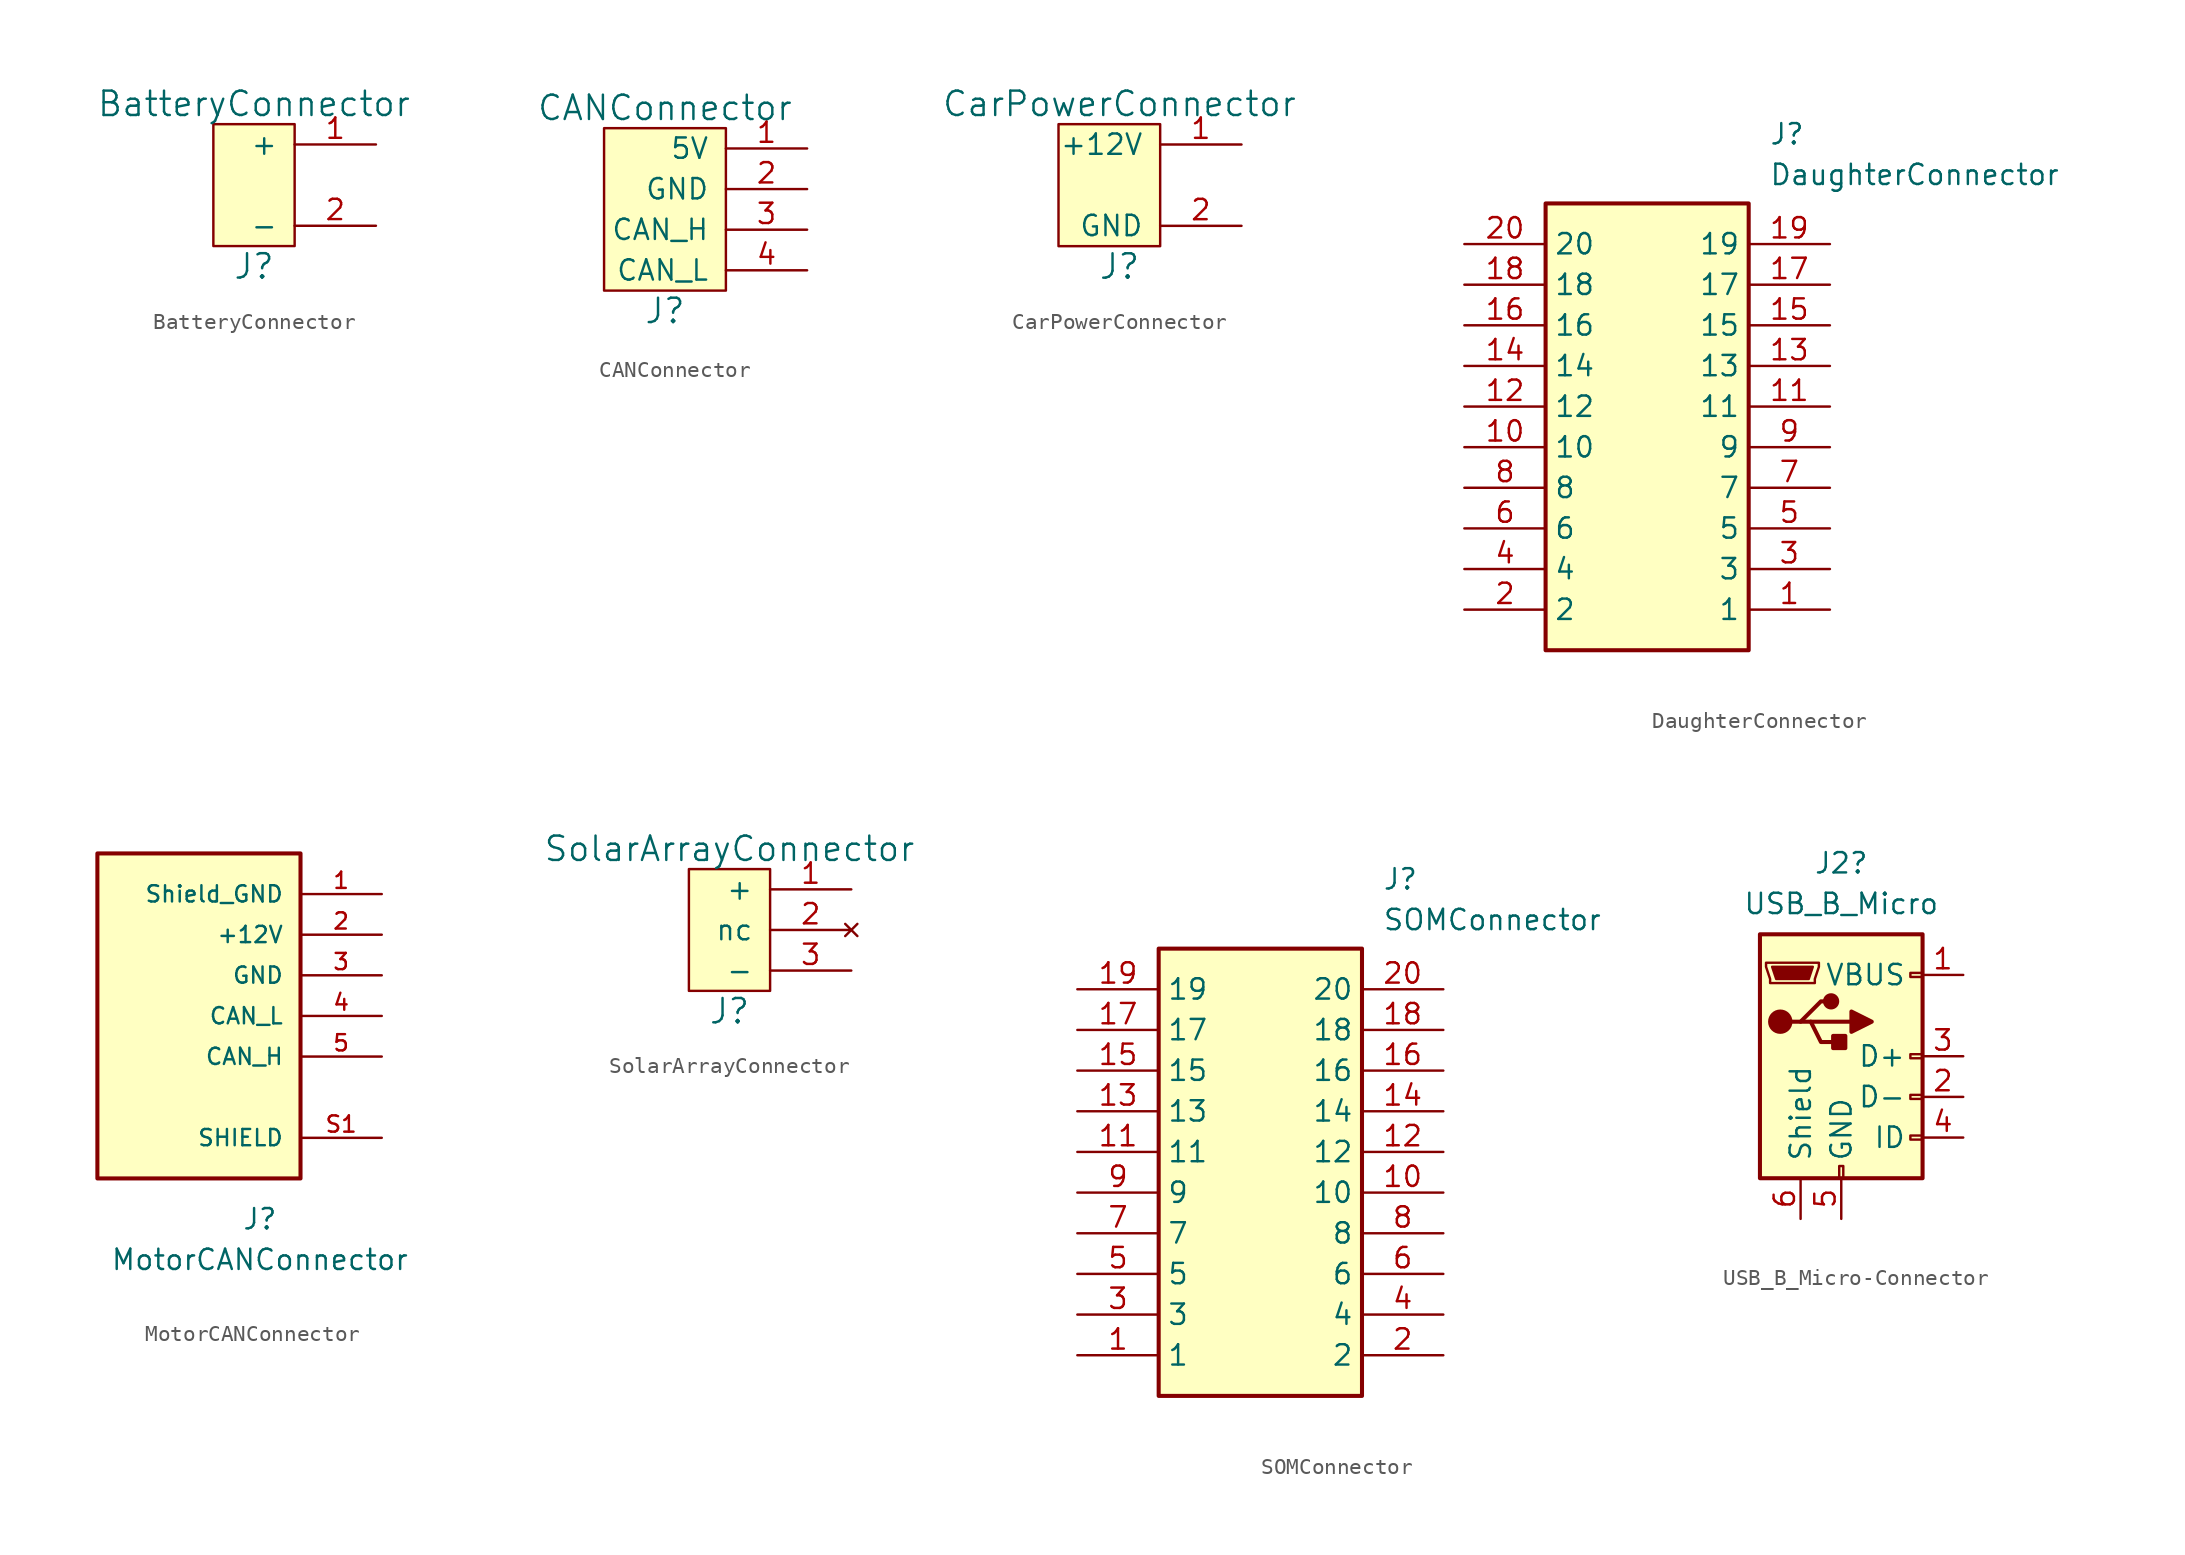
<source format=kicad_sym>
(kicad_symbol_lib
  (version 20220914)
  (generator kicad_symbol_editor)
  (symbol "BatteryConnector"
    (pin_names
      (offset 1.016))
    (property "Reference" "J"
      (at 0 -5.08 0)
      (effects (font (size 1.524 1.524))))
    (property "Value" "BatteryConnector"
      (at 0 5.08 0)
      (effects (font (size 1.524 1.524))))
    (symbol "BatteryConnector_0_1"
      (rectangle (start 2.54 3.81) (end -2.54 -3.81) (stroke (width 0) (type solid)) (fill (type background))))
    (symbol "BatteryConnector_1_1"
      (pin passive line (at 7.62 2.54 180) (length 5.08) (name "+" (effects (font (size 1.27 1.27)))) (number "1" (effects (font (size 1.27 1.27)))))
      (pin passive line (at 7.62 -2.54 180) (length 5.08) (name "-" (effects (font (size 1.27 1.27)))) (number "2" (effects (font (size 1.27 1.27)))))))
  (symbol "CANConnector"
    (pin_names
      (offset 1.016))
    (property "Reference" "J"
      (at 0 -6.35 0)
      (effects (font (size 1.524 1.524))))
    (property "Value" "CANConnector"
      (at 0 6.35 0)
      (effects (font (size 1.524 1.524))))
    (symbol "CANConnector_0_1"
      (rectangle (start 3.81 5.08) (end -3.81 -5.08) (stroke (width 0) (type solid)) (fill (type background))))
    (symbol "CANConnector_1_1"
      (pin power_in line (at 8.89 3.81 180) (length 5.08) (name "5V" (effects (font (size 1.27 1.27)))) (number "1" (effects (font (size 1.27 1.27)))))
      (pin power_in line (at 8.89 1.27 180) (length 5.08) (name "GND" (effects (font (size 1.27 1.27)))) (number "2" (effects (font (size 1.27 1.27)))))
      (pin bidirectional line (at 8.89 -1.27 180) (length 5.08) (name "CAN_H" (effects (font (size 1.27 1.27)))) (number "3" (effects (font (size 1.27 1.27)))))
      (pin bidirectional line (at 8.89 -3.81 180) (length 5.08) (name "CAN_L" (effects (font (size 1.27 1.27)))) (number "4" (effects (font (size 1.27 1.27)))))))
  (symbol "CarPowerConnector"
    (pin_names
      (offset 1.016))
    (property "Reference" "J"
      (at 0 -5.08 0)
      (effects (font (size 1.524 1.524))))
    (property "Value" "CarPowerConnector"
      (at 0 5.08 0)
      (effects (font (size 1.524 1.524))))
    (symbol "CarPowerConnector_0_1"
      (rectangle (start 2.54 3.81) (end -3.81 -3.81) (stroke (width 0) (type solid)) (fill (type background))))
    (symbol "CarPowerConnector_1_1"
      (pin power_out line (at 7.62 2.54 180) (length 5.08) (name "+12V" (effects (font (size 1.27 1.27)))) (number "1" (effects (font (size 1.27 1.27)))))
      (pin power_out line (at 7.62 -2.54 180) (length 5.08) (name "GND" (effects (font (size 1.27 1.27)))) (number "2" (effects (font (size 1.27 1.27)))))))
  (symbol "DaughterConnector"
    (property "Reference" "J"
      (at 19.05 7.62 0)
      (effects (font (size 1.27 1.27)) (justify left top)))
    (property "Value" "DaughterConnector"
      (at 19.05 5.08 0)
      (effects (font (size 1.27 1.27)) (justify left top)))
    (symbol "DaughterConnector_1_1"
      (rectangle (start 5.08 2.54) (end 17.78 -25.4) (stroke (width 0.254) (type default)) (fill (type background)))
      (pin passive line (at 22.86 -22.86 180) (length 5.08) (name "1" (effects (font (size 1.27 1.27)))) (number "1" (effects (font (size 1.27 1.27)))))
      (pin passive line (at 0 -12.7 0) (length 5.08) (name "10" (effects (font (size 1.27 1.27)))) (number "10" (effects (font (size 1.27 1.27)))))
      (pin passive line (at 22.86 -10.16 180) (length 5.08) (name "11" (effects (font (size 1.27 1.27)))) (number "11" (effects (font (size 1.27 1.27)))))
      (pin passive line (at 0 -10.16 0) (length 5.08) (name "12" (effects (font (size 1.27 1.27)))) (number "12" (effects (font (size 1.27 1.27)))))
      (pin passive line (at 22.86 -7.62 180) (length 5.08) (name "13" (effects (font (size 1.27 1.27)))) (number "13" (effects (font (size 1.27 1.27)))))
      (pin passive line (at 0 -7.62 0) (length 5.08) (name "14" (effects (font (size 1.27 1.27)))) (number "14" (effects (font (size 1.27 1.27)))))
      (pin passive line (at 22.86 -5.08 180) (length 5.08) (name "15" (effects (font (size 1.27 1.27)))) (number "15" (effects (font (size 1.27 1.27)))))
      (pin passive line (at 0 -5.08 0) (length 5.08) (name "16" (effects (font (size 1.27 1.27)))) (number "16" (effects (font (size 1.27 1.27)))))
      (pin passive line (at 22.86 -2.54 180) (length 5.08) (name "17" (effects (font (size 1.27 1.27)))) (number "17" (effects (font (size 1.27 1.27)))))
      (pin passive line (at 0 -2.54 0) (length 5.08) (name "18" (effects (font (size 1.27 1.27)))) (number "18" (effects (font (size 1.27 1.27)))))
      (pin passive line (at 22.86 0 180) (length 5.08) (name "19" (effects (font (size 1.27 1.27)))) (number "19" (effects (font (size 1.27 1.27)))))
      (pin passive line (at 0 -22.86 0) (length 5.08) (name "2" (effects (font (size 1.27 1.27)))) (number "2" (effects (font (size 1.27 1.27)))))
      (pin passive line (at 0 0 0) (length 5.08) (name "20" (effects (font (size 1.27 1.27)))) (number "20" (effects (font (size 1.27 1.27)))))
      (pin passive line (at 22.86 -20.32 180) (length 5.08) (name "3" (effects (font (size 1.27 1.27)))) (number "3" (effects (font (size 1.27 1.27)))))
      (pin passive line (at 0 -20.32 0) (length 5.08) (name "4" (effects (font (size 1.27 1.27)))) (number "4" (effects (font (size 1.27 1.27)))))
      (pin passive line (at 22.86 -17.78 180) (length 5.08) (name "5" (effects (font (size 1.27 1.27)))) (number "5" (effects (font (size 1.27 1.27)))))
      (pin passive line (at 0 -17.78 0) (length 5.08) (name "6" (effects (font (size 1.27 1.27)))) (number "6" (effects (font (size 1.27 1.27)))))
      (pin passive line (at 22.86 -15.24 180) (length 5.08) (name "7" (effects (font (size 1.27 1.27)))) (number "7" (effects (font (size 1.27 1.27)))))
      (pin passive line (at 0 -15.24 0) (length 5.08) (name "8" (effects (font (size 1.27 1.27)))) (number "8" (effects (font (size 1.27 1.27)))))
      (pin passive line (at 22.86 -12.7 180) (length 5.08) (name "9" (effects (font (size 1.27 1.27)))) (number "9" (effects (font (size 1.27 1.27)))))))
  (symbol "MotorCANConnector"
    (pin_names
      (offset 1.016))
    (property "Reference" "J"
      (at 0 0 0)
      (effects (font (size 1.27 1.27))))
    (property "Value" "MotorCANConnector"
      (at 0 -2.54 0)
      (effects (font (size 1.27 1.27))))
    (symbol "MotorCANConnector_1_1"
      (rectangle (start -10.16 22.86) (end 2.54 2.54) (stroke (width 0.254) (type solid)) (fill (type background)))
      (pin power_in line (at 7.62 20.32 180) (length 5.08) (name "Shield_GND" (effects (font (size 1.016 1.016)))) (number "1" (effects (font (size 1.016 1.016)))))
      (pin power_in line (at 7.62 17.78 180) (length 5.08) (name "+12V" (effects (font (size 1.016 1.016)))) (number "2" (effects (font (size 1.016 1.016)))))
      (pin power_in line (at 7.62 15.24 180) (length 5.08) (name "GND" (effects (font (size 1.016 1.016)))) (number "3" (effects (font (size 1.016 1.016)))))
      (pin bidirectional line (at 7.62 12.7 180) (length 5.08) (name "CAN_L" (effects (font (size 1.016 1.016)))) (number "4" (effects (font (size 1.016 1.016)))))
      (pin bidirectional line (at 7.62 10.16 180) (length 5.08) (name "CAN_H" (effects (font (size 1.016 1.016)))) (number "5" (effects (font (size 1.016 1.016)))))
      (pin passive line (at 7.62 5.08 180) (length 5.08) (name "SHIELD" (effects (font (size 1.016 1.016)))) (number "S1" (effects (font (size 1.016 1.016)))))))
  (symbol "SolarArrayConnector"
    (pin_names
      (offset 1.016))
    (property "Reference" "J"
      (at 0 -5.08 0)
      (effects (font (size 1.524 1.524))))
    (property "Value" "SolarArrayConnector"
      (at 0 5.08 0)
      (effects (font (size 1.524 1.524))))
    (symbol "SolarArrayConnector_0_1"
      (rectangle (start 2.54 3.81) (end -2.54 -3.81) (stroke (width 0) (type solid)) (fill (type background))))
    (symbol "SolarArrayConnector_1_1"
      (pin passive line (at 7.62 2.54 180) (length 5.08) (name "+" (effects (font (size 1.27 1.27)))) (number "1" (effects (font (size 1.27 1.27)))))
      (pin no_connect line (at 7.62 0 180) (length 5.08) (name "nc" (effects (font (size 1.27 1.27)))) (number "2" (effects (font (size 1.27 1.27)))))
      (pin passive line (at 7.62 -2.54 180) (length 5.08) (name "-" (effects (font (size 1.27 1.27)))) (number "3" (effects (font (size 1.27 1.27)))))))
  (symbol "SOMConnector"
    (property "Reference" "J"
      (at 19.05 7.62 0)
      (effects (font (size 1.27 1.27)) (justify left top)))
    (property "Value" "SOMConnector"
      (at 19.05 5.08 0)
      (effects (font (size 1.27 1.27)) (justify left top)))
    (symbol "SOMConnector_1_1"
      (rectangle (start 5.08 2.54) (end 17.78 -25.4) (stroke (width 0.254) (type default)) (fill (type background)))
      (pin passive line (at 0 -22.86 0) (length 5.08) (name "1" (effects (font (size 1.27 1.27)))) (number "1" (effects (font (size 1.27 1.27)))))
      (pin passive line (at 22.86 -12.7 180) (length 5.08) (name "10" (effects (font (size 1.27 1.27)))) (number "10" (effects (font (size 1.27 1.27)))))
      (pin passive line (at 0 -10.16 0) (length 5.08) (name "11" (effects (font (size 1.27 1.27)))) (number "11" (effects (font (size 1.27 1.27)))))
      (pin passive line (at 22.86 -10.16 180) (length 5.08) (name "12" (effects (font (size 1.27 1.27)))) (number "12" (effects (font (size 1.27 1.27)))))
      (pin passive line (at 0 -7.62 0) (length 5.08) (name "13" (effects (font (size 1.27 1.27)))) (number "13" (effects (font (size 1.27 1.27)))))
      (pin passive line (at 22.86 -7.62 180) (length 5.08) (name "14" (effects (font (size 1.27 1.27)))) (number "14" (effects (font (size 1.27 1.27)))))
      (pin passive line (at 0 -5.08 0) (length 5.08) (name "15" (effects (font (size 1.27 1.27)))) (number "15" (effects (font (size 1.27 1.27)))))
      (pin passive line (at 22.86 -5.08 180) (length 5.08) (name "16" (effects (font (size 1.27 1.27)))) (number "16" (effects (font (size 1.27 1.27)))))
      (pin passive line (at 0 -2.54 0) (length 5.08) (name "17" (effects (font (size 1.27 1.27)))) (number "17" (effects (font (size 1.27 1.27)))))
      (pin passive line (at 22.86 -2.54 180) (length 5.08) (name "18" (effects (font (size 1.27 1.27)))) (number "18" (effects (font (size 1.27 1.27)))))
      (pin passive line (at 0 0 0) (length 5.08) (name "19" (effects (font (size 1.27 1.27)))) (number "19" (effects (font (size 1.27 1.27)))))
      (pin passive line (at 22.86 -22.86 180) (length 5.08) (name "2" (effects (font (size 1.27 1.27)))) (number "2" (effects (font (size 1.27 1.27)))))
      (pin passive line (at 22.86 0 180) (length 5.08) (name "20" (effects (font (size 1.27 1.27)))) (number "20" (effects (font (size 1.27 1.27)))))
      (pin passive line (at 0 -20.32 0) (length 5.08) (name "3" (effects (font (size 1.27 1.27)))) (number "3" (effects (font (size 1.27 1.27)))))
      (pin passive line (at 22.86 -20.32 180) (length 5.08) (name "4" (effects (font (size 1.27 1.27)))) (number "4" (effects (font (size 1.27 1.27)))))
      (pin passive line (at 0 -17.78 0) (length 5.08) (name "5" (effects (font (size 1.27 1.27)))) (number "5" (effects (font (size 1.27 1.27)))))
      (pin passive line (at 22.86 -17.78 180) (length 5.08) (name "6" (effects (font (size 1.27 1.27)))) (number "6" (effects (font (size 1.27 1.27)))))
      (pin passive line (at 0 -15.24 0) (length 5.08) (name "7" (effects (font (size 1.27 1.27)))) (number "7" (effects (font (size 1.27 1.27)))))
      (pin passive line (at 22.86 -15.24 180) (length 5.08) (name "8" (effects (font (size 1.27 1.27)))) (number "8" (effects (font (size 1.27 1.27)))))
      (pin passive line (at 0 -12.7 0) (length 5.08) (name "9" (effects (font (size 1.27 1.27)))) (number "9" (effects (font (size 1.27 1.27)))))))
  (symbol "USB_B_Micro-Connector"
    (pin_names
      (offset 1.016))
    (property "Reference" "J2"
      (at 0 12.065 0)
      (effects (font (size 1.27 1.27))))
    (property "Value" "USB_B_Micro"
      (at 0 9.525 0)
      (effects (font (size 1.27 1.27))))
    (symbol "USB_B_Micro-Connector_0_1"
      (rectangle (start -5.08 -7.62) (end 5.08 7.62) (stroke (width 0.254) (type default)) (fill (type background)))
      (circle (center -3.81 2.159) (radius 0.635) (stroke (width 0.254) (type default)) (fill (type outline)))
      (circle (center -0.635 3.429) (radius 0.381) (stroke (width 0.254) (type default)) (fill (type outline)))
      (rectangle (start -0.127 -7.62) (end 0.127 -6.858) (stroke (width 0) (type default)) (fill (type none)))
      (polyline (pts (xy -1.905 2.159) (xy 0.635 2.159)) (stroke (width 0.254) (type default)) (fill (type none)))
      (polyline (pts (xy -3.175 2.159) (xy -2.54 2.159) (xy -1.27 3.429) (xy -0.635 3.429)) (stroke (width 0.254) (type default)) (fill (type none)))
      (polyline (pts (xy -2.54 2.159) (xy -1.905 2.159) (xy -1.27 0.889) (xy 0 0.889)) (stroke (width 0.254) (type default)) (fill (type none)))
      (polyline (pts (xy 0.635 2.794) (xy 0.635 1.524) (xy 1.905 2.159) (xy 0.635 2.794)) (stroke (width 0.254) (type default)) (fill (type outline)))
      (polyline (pts (xy -4.318 5.588) (xy -1.778 5.588) (xy -2.032 4.826) (xy -4.064 4.826) (xy -4.318 5.588)) (stroke (width 0) (type default)) (fill (type outline)))
      (polyline (pts (xy -4.699 5.842) (xy -4.699 5.588) (xy -4.445 4.826) (xy -4.445 4.572) (xy -1.651 4.572) (xy -1.651 4.826) (xy -1.397 5.588) (xy -1.397 5.842) (xy -4.699 5.842)) (stroke (width 0) (type default)) (fill (type none)))
      (rectangle (start 0.254 1.27) (end -0.508 0.508) (stroke (width 0.254) (type default)) (fill (type outline)))
      (rectangle (start 5.08 -5.207) (end 4.318 -4.953) (stroke (width 0) (type default)) (fill (type none)))
      (rectangle (start 5.08 -2.667) (end 4.318 -2.413) (stroke (width 0) (type default)) (fill (type none)))
      (rectangle (start 5.08 -0.127) (end 4.318 0.127) (stroke (width 0) (type default)) (fill (type none)))
      (rectangle (start 5.08 4.953) (end 4.318 5.207) (stroke (width 0) (type default)) (fill (type none))))
    (symbol "USB_B_Micro-Connector_1_1"
      (pin power_out line (at 7.62 5.08 180) (length 2.54) (name "VBUS" (effects (font (size 1.27 1.27)))) (number "1" (effects (font (size 1.27 1.27)))))
      (pin passive line (at 7.62 -2.54 180) (length 2.54) (name "D-" (effects (font (size 1.27 1.27)))) (number "2" (effects (font (size 1.27 1.27)))))
      (pin passive line (at 7.62 0 180) (length 2.54) (name "D+" (effects (font (size 1.27 1.27)))) (number "3" (effects (font (size 1.27 1.27)))))
      (pin passive line (at 7.62 -5.08 180) (length 2.54) (name "ID" (effects (font (size 1.27 1.27)))) (number "4" (effects (font (size 1.27 1.27)))))
      (pin power_out line (at 0 -10.16 90) (length 2.54) (name "GND" (effects (font (size 1.27 1.27)))) (number "5" (effects (font (size 1.27 1.27)))))
      (pin passive line (at -2.54 -10.16 90) (length 2.54) (name "Shield" (effects (font (size 1.27 1.27)))) (number "6" (effects (font (size 1.27 1.27))))))))
</source>
